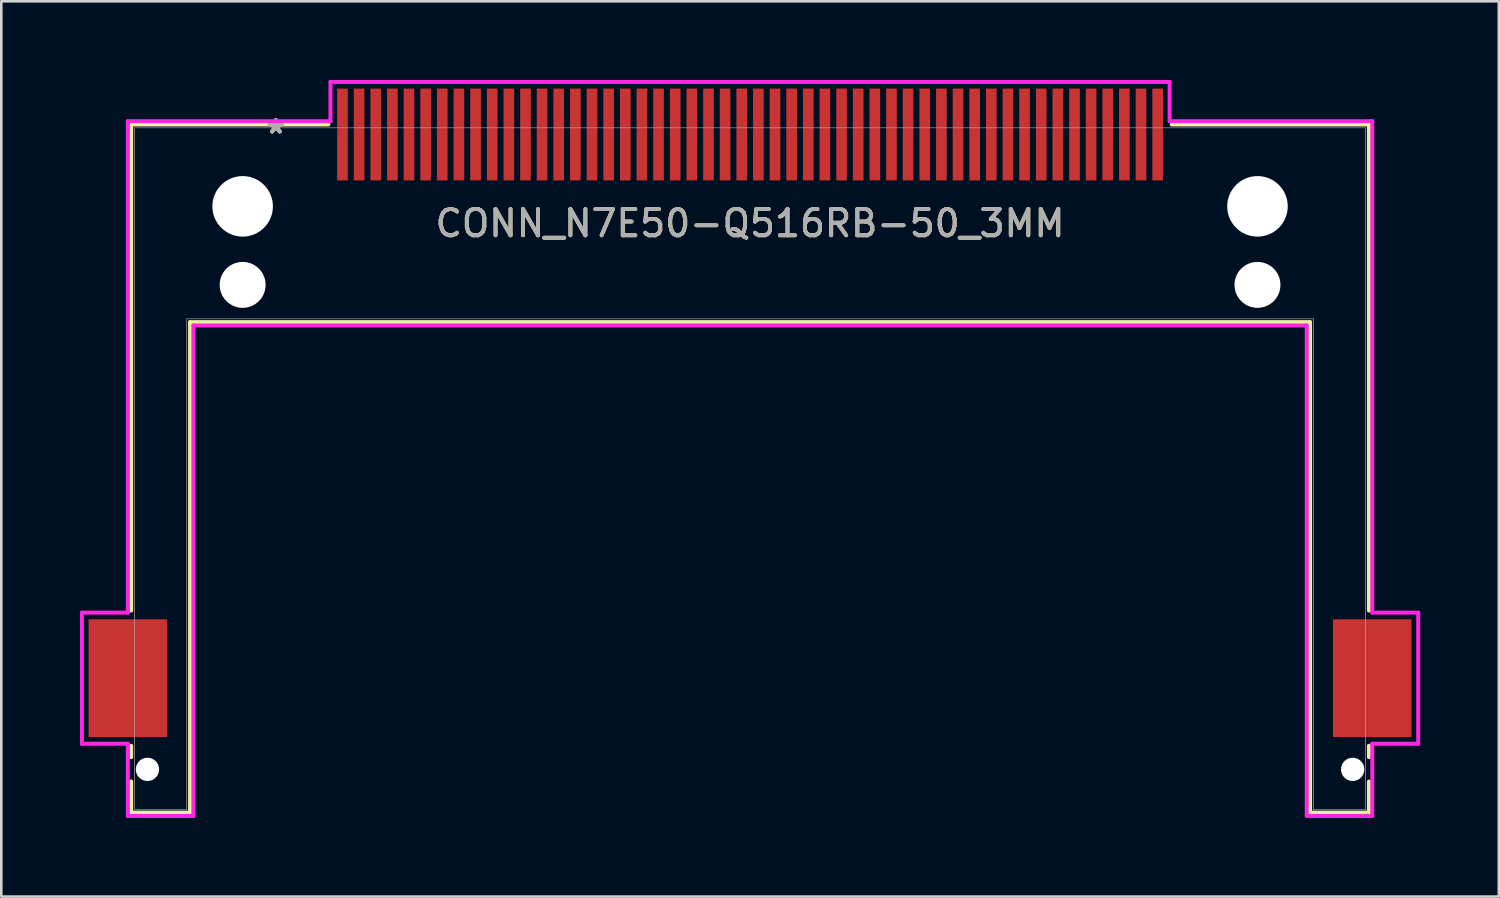
<source format=kicad_pcb>
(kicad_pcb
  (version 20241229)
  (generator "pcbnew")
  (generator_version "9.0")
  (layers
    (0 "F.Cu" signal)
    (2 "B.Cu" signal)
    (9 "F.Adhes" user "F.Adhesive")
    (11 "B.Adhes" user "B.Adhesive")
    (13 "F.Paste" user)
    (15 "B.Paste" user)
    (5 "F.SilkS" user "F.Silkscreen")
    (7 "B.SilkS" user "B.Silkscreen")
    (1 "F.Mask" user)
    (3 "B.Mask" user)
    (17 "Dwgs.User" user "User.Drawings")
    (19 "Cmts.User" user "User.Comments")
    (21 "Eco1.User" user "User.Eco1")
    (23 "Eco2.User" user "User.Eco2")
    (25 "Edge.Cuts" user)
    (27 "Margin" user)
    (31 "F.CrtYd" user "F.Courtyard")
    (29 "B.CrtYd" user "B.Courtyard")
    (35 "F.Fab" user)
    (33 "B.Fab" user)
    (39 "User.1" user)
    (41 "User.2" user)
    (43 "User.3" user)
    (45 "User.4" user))
  (footprint "CONN_N7E50-Q516RB-50_3MM"
    (layer "F.Cu")
    (at 25.578 5.474)
    (property "Reference" "CONN_N7E50-Q516RB-50_3MM" (at 0 0 0) (unlocked yes) (layer "F.SilkS") (effects (font (size 1 1) (thickness 0.15))))
    (attr smd)
    (fp_line (start -23.622 -3.772) (end -23.622 14.78) (stroke (width 0.152) (type solid)) (layer "F.SilkS"))
    (fp_line (start -23.622 19.942) (end -23.622 20.375) (stroke (width 0.152) (type solid)) (layer "F.SilkS"))
    (fp_line (start -23.622 21.306) (end -23.622 22.492) (stroke (width 0.152) (type solid)) (layer "F.SilkS"))
    (fp_line (start -23.622 22.492) (end -21.374 22.492) (stroke (width 0.152) (type solid)) (layer "F.SilkS"))
    (fp_line (start -21.374 3.772) (end 21.374 3.772) (stroke (width 0.152) (type solid)) (layer "F.SilkS"))
    (fp_line (start -21.374 22.492) (end -21.374 3.772) (stroke (width 0.152) (type solid)) (layer "F.SilkS"))
    (fp_line (start -16.093 -3.772) (end -23.622 -3.772) (stroke (width 0.152) (type solid)) (layer "F.SilkS"))
    (fp_line (start 21.374 3.772) (end 21.374 22.492) (stroke (width 0.152) (type solid)) (layer "F.SilkS"))
    (fp_line (start 21.374 22.492) (end 23.622 22.492) (stroke (width 0.152) (type solid)) (layer "F.SilkS"))
    (fp_line (start 23.622 -3.772) (end 16.093 -3.772) (stroke (width 0.152) (type solid)) (layer "F.SilkS"))
    (fp_line (start 23.622 14.78) (end 23.622 -3.772) (stroke (width 0.152) (type solid)) (layer "F.SilkS"))
    (fp_line (start 23.622 20.375) (end 23.622 19.942) (stroke (width 0.152) (type solid)) (layer "F.SilkS"))
    (fp_line (start 23.622 22.492) (end 23.622 21.306) (stroke (width 0.152) (type solid)) (layer "F.SilkS"))
    (fp_line (start -25.502 14.859) (end -25.502 19.863) (stroke (width 0.152) (type solid)) (layer "F.CrtYd"))
    (fp_line (start -25.502 19.863) (end -23.749 19.863) (stroke (width 0.152) (type solid)) (layer "F.CrtYd"))
    (fp_line (start -23.749 -3.899) (end -23.749 14.859) (stroke (width 0.152) (type solid)) (layer "F.CrtYd"))
    (fp_line (start -23.749 14.859) (end -25.502 14.859) (stroke (width 0.152) (type solid)) (layer "F.CrtYd"))
    (fp_line (start -23.749 19.863) (end -23.749 22.619) (stroke (width 0.152) (type solid)) (layer "F.CrtYd"))
    (fp_line (start -23.749 22.619) (end -21.247 22.619) (stroke (width 0.152) (type solid)) (layer "F.CrtYd"))
    (fp_line (start -21.247 3.899) (end 21.247 3.899) (stroke (width 0.152) (type solid)) (layer "F.CrtYd"))
    (fp_line (start -21.247 22.619) (end -21.247 3.899) (stroke (width 0.152) (type solid)) (layer "F.CrtYd"))
    (fp_line (start -16.015 -5.397) (end -16.015 -3.899) (stroke (width 0.152) (type solid)) (layer "F.CrtYd"))
    (fp_line (start -16.015 -3.899) (end -23.749 -3.899) (stroke (width 0.152) (type solid)) (layer "F.CrtYd"))
    (fp_line (start 16.015 -5.397) (end -16.015 -5.397) (stroke (width 0.152) (type solid)) (layer "F.CrtYd"))
    (fp_line (start 16.015 -3.899) (end 16.015 -5.397) (stroke (width 0.152) (type solid)) (layer "F.CrtYd"))
    (fp_line (start 21.247 3.899) (end 21.247 22.619) (stroke (width 0.152) (type solid)) (layer "F.CrtYd"))
    (fp_line (start 21.247 22.619) (end 23.749 22.619) (stroke (width 0.152) (type solid)) (layer "F.CrtYd"))
    (fp_line (start 23.749 -3.899) (end 16.015 -3.899) (stroke (width 0.152) (type solid)) (layer "F.CrtYd"))
    (fp_line (start 23.749 14.859) (end 23.749 -3.899) (stroke (width 0.152) (type solid)) (layer "F.CrtYd"))
    (fp_line (start 23.749 19.863) (end 25.502 19.863) (stroke (width 0.152) (type solid)) (layer "F.CrtYd"))
    (fp_line (start 23.749 22.619) (end 23.749 19.863) (stroke (width 0.152) (type solid)) (layer "F.CrtYd"))
    (fp_line (start 25.502 14.859) (end 23.749 14.859) (stroke (width 0.152) (type solid)) (layer "F.CrtYd"))
    (fp_line (start 25.502 19.863) (end 25.502 14.859) (stroke (width 0.152) (type solid)) (layer "F.CrtYd"))
    (fp_line (start -23.495 -3.645) (end -23.495 22.365) (stroke (width 0.025) (type solid)) (layer "F.Fab"))
    (fp_line (start -23.495 22.365) (end -21.501 22.365) (stroke (width 0.025) (type solid)) (layer "F.Fab"))
    (fp_line (start -21.501 3.645) (end 21.501 3.645) (stroke (width 0.025) (type solid)) (layer "F.Fab"))
    (fp_line (start -21.501 22.365) (end -21.501 3.645) (stroke (width 0.025) (type solid)) (layer "F.Fab"))
    (fp_line (start 21.501 22.365) (end 21.501 3.645) (stroke (width 0.025) (type solid)) (layer "F.Fab"))
    (fp_line (start 21.501 22.365) (end 23.495 22.365) (stroke (width 0.025) (type solid)) (layer "F.Fab"))
    (fp_line (start 23.495 -3.645) (end -23.495 -3.645) (stroke (width 0.025) (type solid)) (layer "F.Fab"))
    (fp_line (start 23.495 22.365) (end 23.495 -3.645) (stroke (width 0.025) (type solid)) (layer "F.Fab"))
    (fp_text user "*" (at -18.098 -3.391 0) (layer "F.SilkS") (effects (font (size 1 1) (thickness 0.15))))
    (fp_text user "*" (at -18.098 -3.391 0) (unlocked yes) (layer "F.SilkS") (effects (font (size 1 1) (thickness 0.15))))
    (fp_text user "${REFERENCE}" (at 0 0 0) (unlocked yes) (layer "F.Fab") (effects (font (size 1 1) (thickness 0.15))))
    (fp_text user "*" (at -18.098 -3.391 0) (layer "F.Fab") (effects (font (size 1 1) (thickness 0.15))))
    (fp_text user "*" (at -18.098 -3.391 0) (unlocked yes) (layer "F.Fab") (effects (font (size 1 1) (thickness 0.15))))
    (pad "" np_thru_hole circle (at -23 20.841) (size 0.889 0.889) (drill 0.889) (layers "*.Cu" "*.Mask"))
    (pad "" np_thru_hole circle (at -19.367 -0.648) (size 2.311 2.311) (drill 2.311) (layers "*.Cu" "*.Mask"))
    (pad "" np_thru_hole circle (at -19.367 2.349) (size 1.753 1.753) (drill 1.753) (layers "*.Cu" "*.Mask"))
    (pad "" np_thru_hole circle (at 19.367 -0.648) (size 2.311 2.311) (drill 2.311) (layers "*.Cu" "*.Mask"))
    (pad "" np_thru_hole circle (at 19.367 2.349) (size 1.753 1.753) (drill 1.753) (layers "*.Cu" "*.Mask"))
    (pad "" np_thru_hole circle (at 23 20.841) (size 0.889 0.889) (drill 0.889) (layers "*.Cu" "*.Mask"))
    (pad "1" smd rect (at -15.557 -3.391) (size 0.406 3.505) (layers "F.Cu" "F.Mask" "F.Paste"))
    (pad "2" smd rect (at -14.287 -3.391) (size 0.406 3.505) (layers "F.Cu" "F.Mask" "F.Paste"))
    (pad "3" smd rect (at -13.018 -3.391) (size 0.406 3.505) (layers "F.Cu" "F.Mask" "F.Paste"))
    (pad "4" smd rect (at -11.748 -3.391) (size 0.406 3.505) (layers "F.Cu" "F.Mask" "F.Paste"))
    (pad "5" smd rect (at -10.477 -3.391) (size 0.406 3.505) (layers "F.Cu" "F.Mask" "F.Paste"))
    (pad "6" smd rect (at -9.207 -3.391) (size 0.406 3.505) (layers "F.Cu" "F.Mask" "F.Paste"))
    (pad "7" smd rect (at -7.938 -3.391) (size 0.406 3.505) (layers "F.Cu" "F.Mask" "F.Paste"))
    (pad "8" smd rect (at -6.668 -3.391) (size 0.406 3.505) (layers "F.Cu" "F.Mask" "F.Paste"))
    (pad "9" smd rect (at -5.397 -3.391) (size 0.406 3.505) (layers "F.Cu" "F.Mask" "F.Paste"))
    (pad "10" smd rect (at -4.128 -3.391) (size 0.406 3.505) (layers "F.Cu" "F.Mask" "F.Paste"))
    (pad "11" smd rect (at -2.857 -3.391) (size 0.406 3.505) (layers "F.Cu" "F.Mask" "F.Paste"))
    (pad "12" smd rect (at -1.587 -3.391) (size 0.406 3.505) (layers "F.Cu" "F.Mask" "F.Paste"))
    (pad "13" smd rect (at -0.318 -3.391) (size 0.406 3.505) (layers "F.Cu" "F.Mask" "F.Paste"))
    (pad "14" smd rect (at 0.953 -3.391) (size 0.406 3.505) (layers "F.Cu" "F.Mask" "F.Paste"))
    (pad "15" smd rect (at 2.223 -3.391) (size 0.406 3.505) (layers "F.Cu" "F.Mask" "F.Paste"))
    (pad "16" smd rect (at 3.493 -3.391) (size 0.406 3.505) (layers "F.Cu" "F.Mask" "F.Paste"))
    (pad "17" smd rect (at 4.763 -3.391) (size 0.406 3.505) (layers "F.Cu" "F.Mask" "F.Paste"))
    (pad "18" smd rect (at 6.032 -3.391) (size 0.406 3.505) (layers "F.Cu" "F.Mask" "F.Paste"))
    (pad "19" smd rect (at 7.303 -3.391) (size 0.406 3.505) (layers "F.Cu" "F.Mask" "F.Paste"))
    (pad "20" smd rect (at 8.572 -3.391) (size 0.406 3.505) (layers "F.Cu" "F.Mask" "F.Paste"))
    (pad "21" smd rect (at 9.842 -3.391) (size 0.406 3.505) (layers "F.Cu" "F.Mask" "F.Paste"))
    (pad "22" smd rect (at 11.113 -3.391) (size 0.406 3.505) (layers "F.Cu" "F.Mask" "F.Paste"))
    (pad "23" smd rect (at 12.383 -3.391) (size 0.406 3.505) (layers "F.Cu" "F.Mask" "F.Paste"))
    (pad "24" smd rect (at 13.652 -3.391) (size 0.406 3.505) (layers "F.Cu" "F.Mask" "F.Paste"))
    (pad "25" smd rect (at 14.922 -3.391) (size 0.406 3.505) (layers "F.Cu" "F.Mask" "F.Paste"))
    (pad "26" smd rect (at -14.922 -3.391) (size 0.406 3.505) (layers "F.Cu" "F.Mask" "F.Paste"))
    (pad "27" smd rect (at -13.652 -3.391) (size 0.406 3.505) (layers "F.Cu" "F.Mask" "F.Paste"))
    (pad "28" smd rect (at -12.383 -3.391) (size 0.406 3.505) (layers "F.Cu" "F.Mask" "F.Paste"))
    (pad "29" smd rect (at -11.113 -3.391) (size 0.406 3.505) (layers "F.Cu" "F.Mask" "F.Paste"))
    (pad "30" smd rect (at -9.842 -3.391) (size 0.406 3.505) (layers "F.Cu" "F.Mask" "F.Paste"))
    (pad "31" smd rect (at -8.572 -3.391) (size 0.406 3.505) (layers "F.Cu" "F.Mask" "F.Paste"))
    (pad "32" smd rect (at -7.303 -3.391) (size 0.406 3.505) (layers "F.Cu" "F.Mask" "F.Paste"))
    (pad "33" smd rect (at -6.032 -3.391) (size 0.406 3.505) (layers "F.Cu" "F.Mask" "F.Paste"))
    (pad "34" smd rect (at -4.763 -3.391) (size 0.406 3.505) (layers "F.Cu" "F.Mask" "F.Paste"))
    (pad "35" smd rect (at -3.493 -3.391) (size 0.406 3.505) (layers "F.Cu" "F.Mask" "F.Paste"))
    (pad "36" smd rect (at -2.223 -3.391) (size 0.406 3.505) (layers "F.Cu" "F.Mask" "F.Paste"))
    (pad "37" smd rect (at -0.953 -3.391) (size 0.406 3.505) (layers "F.Cu" "F.Mask" "F.Paste"))
    (pad "38" smd rect (at 0.318 -3.391) (size 0.406 3.505) (layers "F.Cu" "F.Mask" "F.Paste"))
    (pad "39" smd rect (at 1.587 -3.391) (size 0.406 3.505) (layers "F.Cu" "F.Mask" "F.Paste"))
    (pad "40" smd rect (at 2.857 -3.391) (size 0.406 3.505) (layers "F.Cu" "F.Mask" "F.Paste"))
    (pad "41" smd rect (at 4.128 -3.391) (size 0.406 3.505) (layers "F.Cu" "F.Mask" "F.Paste"))
    (pad "42" smd rect (at 5.397 -3.391) (size 0.406 3.505) (layers "F.Cu" "F.Mask" "F.Paste"))
    (pad "43" smd rect (at 6.668 -3.391) (size 0.406 3.505) (layers "F.Cu" "F.Mask" "F.Paste"))
    (pad "44" smd rect (at 7.938 -3.391) (size 0.406 3.505) (layers "F.Cu" "F.Mask" "F.Paste"))
    (pad "45" smd rect (at 9.207 -3.391) (size 0.406 3.505) (layers "F.Cu" "F.Mask" "F.Paste"))
    (pad "46" smd rect (at 10.477 -3.391) (size 0.406 3.505) (layers "F.Cu" "F.Mask" "F.Paste"))
    (pad "47" smd rect (at 11.748 -3.391) (size 0.406 3.505) (layers "F.Cu" "F.Mask" "F.Paste"))
    (pad "48" smd rect (at 13.018 -3.391) (size 0.406 3.505) (layers "F.Cu" "F.Mask" "F.Paste"))
    (pad "49" smd rect (at 14.287 -3.391) (size 0.406 3.505) (layers "F.Cu" "F.Mask" "F.Paste"))
    (pad "50" smd rect (at 15.557 -3.391) (size 0.406 3.505) (layers "F.Cu" "F.Mask" "F.Paste"))
    (pad "51" smd rect (at -23.749 17.361) (size 2.997 4.496) (layers "F.Cu" "F.Mask" "F.Paste"))
    (pad "52" smd rect (at 23.749 17.361) (size 2.997 4.496) (layers "F.Cu" "F.Mask" "F.Paste")))
  (gr_rect
    (start -3 -3)
    (end 54.156 31.169)
    (stroke (width 0.1) (type default))
    (fill no)
    (layer "Edge.Cuts")))
</source>
